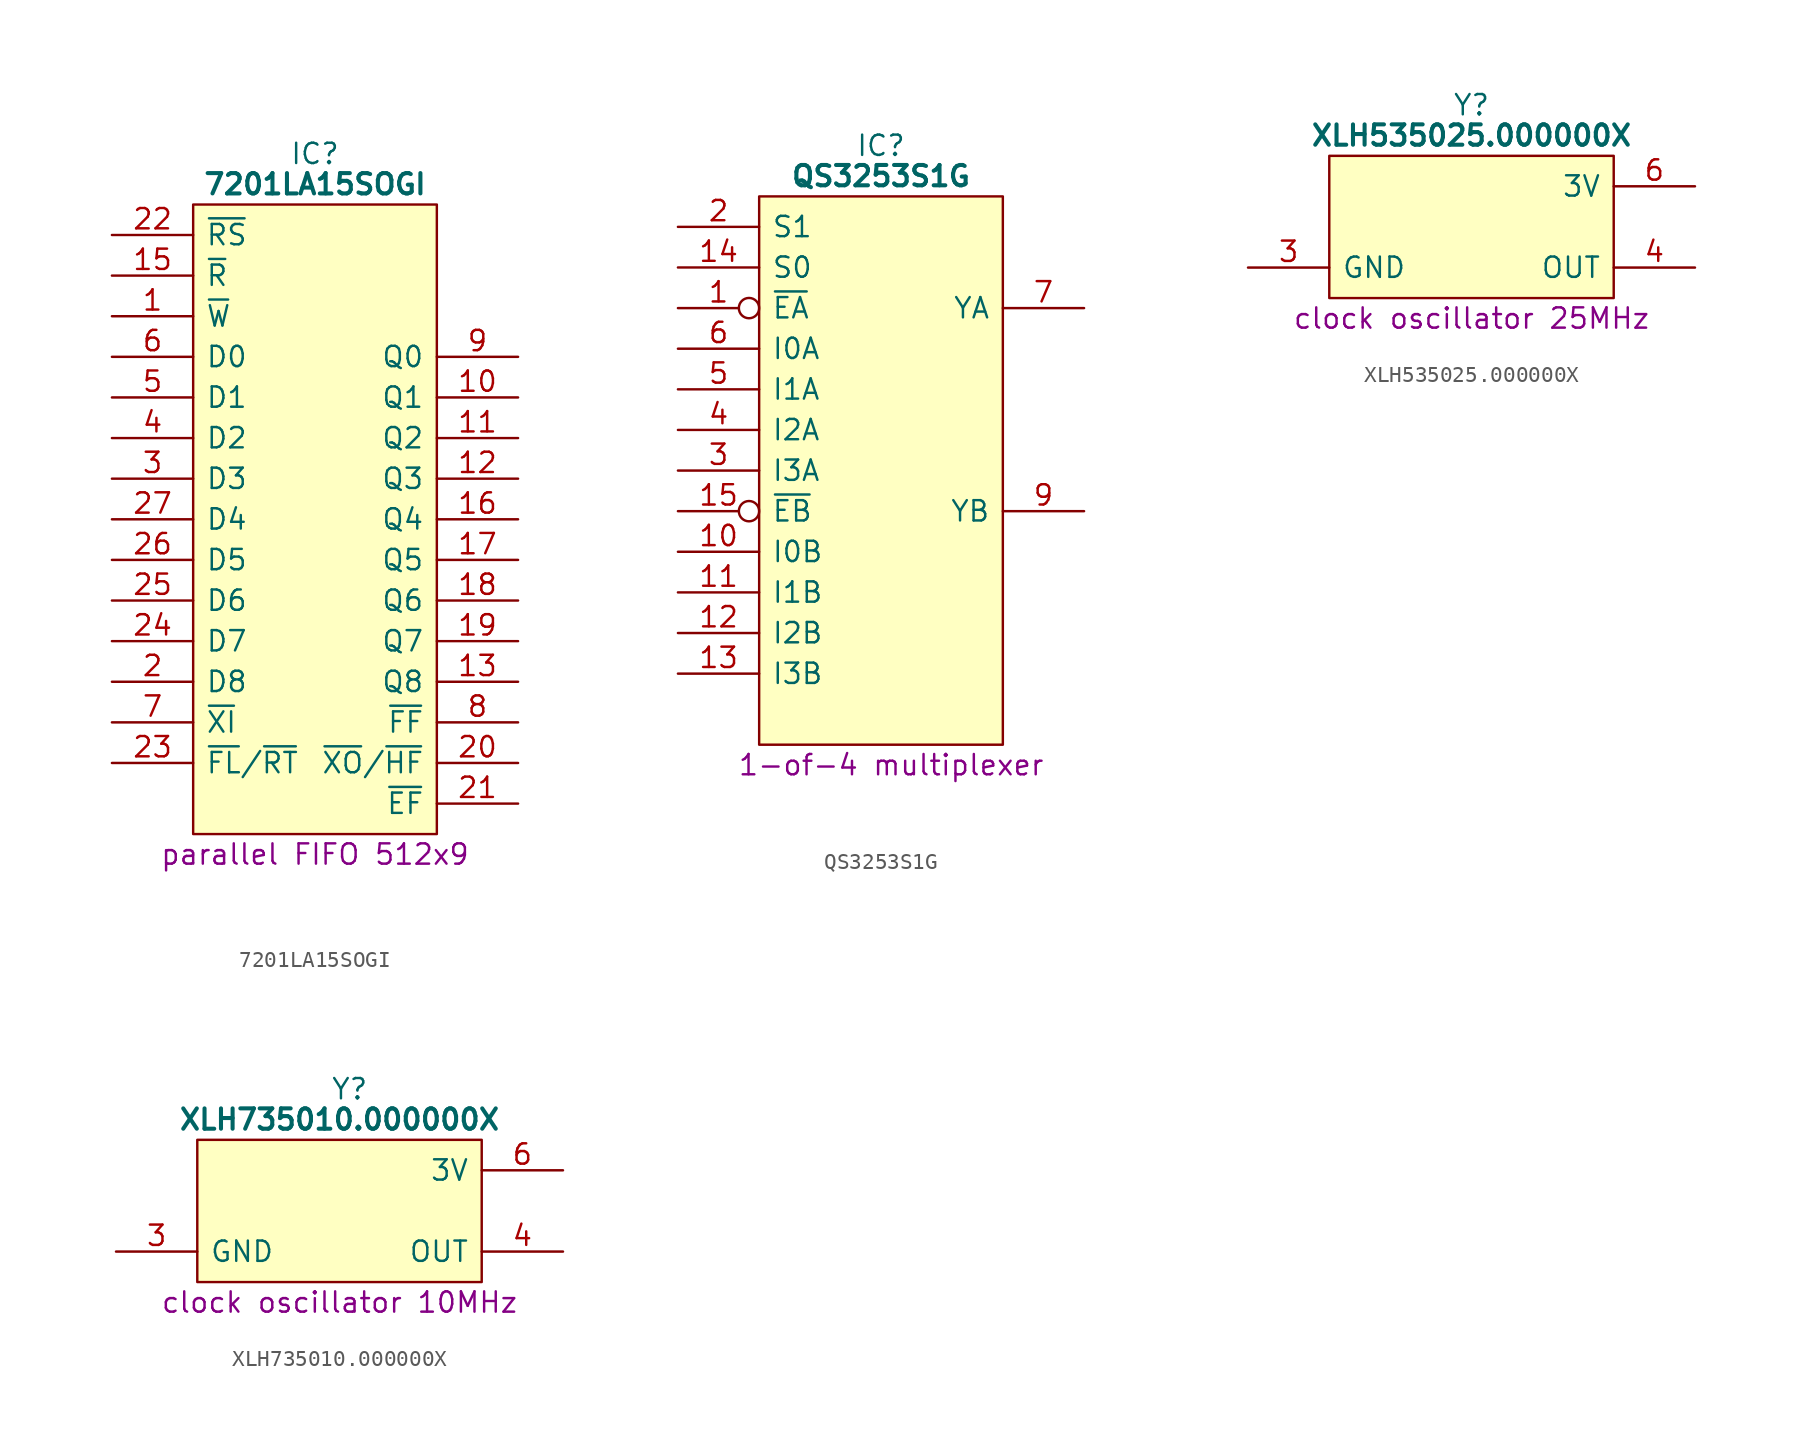
<source format=kicad_sym>
(kicad_symbol_lib
  (version 20220914)
  (generator kicad_symbol_editor)
  (symbol "7201LA15SOGI"
    (pin_names
      (offset 0.762))
    (property "Reference" "IC"
      (at 12.7 5.08 0)
      (effects (font (size 1.27 1.27))))
    (property "Value" "7201LA15SOGI"
      (at 12.7 3.175 0)
      (effects (font (size 1.27 1.27) bold)))
    (property "Description" "parallel FIFO 512x9"
      (at 12.7 -38.735 0)
      (effects (font (size 1.27 1.27))))
    (symbol "7201LA15SOGI_0_0"
      (pin input line (at 0 -5.08 0) (length 5.08) (name "~{W}" (effects (font (size 1.27 1.27)))) (number "1" (effects (font (size 1.27 1.27)))))
      (pin output line (at 25.4 -10.16 180) (length 5.08) (name "Q1" (effects (font (size 1.27 1.27)))) (number "10" (effects (font (size 1.27 1.27)))))
      (pin output line (at 25.4 -12.7 180) (length 5.08) (name "Q2" (effects (font (size 1.27 1.27)))) (number "11" (effects (font (size 1.27 1.27)))))
      (pin output line (at 25.4 -15.24 180) (length 5.08) (name "Q3" (effects (font (size 1.27 1.27)))) (number "12" (effects (font (size 1.27 1.27)))))
      (pin output line (at 25.4 -27.94 180) (length 5.08) (name "Q8" (effects (font (size 1.27 1.27)))) (number "13" (effects (font (size 1.27 1.27)))))
      (pin passive line (at 0 -35.56 0) (length 5.08) hide (name "GND" (effects (font (size 1.27 1.27)))) (number "14" (effects (font (size 1.27 1.27)))))
      (pin input line (at 0 -2.54 0) (length 5.08) (name "~{R}" (effects (font (size 1.27 1.27)))) (number "15" (effects (font (size 1.27 1.27)))))
      (pin output line (at 25.4 -17.78 180) (length 5.08) (name "Q4" (effects (font (size 1.27 1.27)))) (number "16" (effects (font (size 1.27 1.27)))))
      (pin output line (at 25.4 -20.32 180) (length 5.08) (name "Q5" (effects (font (size 1.27 1.27)))) (number "17" (effects (font (size 1.27 1.27)))))
      (pin output line (at 25.4 -22.86 180) (length 5.08) (name "Q6" (effects (font (size 1.27 1.27)))) (number "18" (effects (font (size 1.27 1.27)))))
      (pin output line (at 25.4 -25.4 180) (length 5.08) (name "Q7" (effects (font (size 1.27 1.27)))) (number "19" (effects (font (size 1.27 1.27)))))
      (pin input line (at 0 -27.94 0) (length 5.08) (name "D8" (effects (font (size 1.27 1.27)))) (number "2" (effects (font (size 1.27 1.27)))))
      (pin output line (at 25.4 -33.02 180) (length 5.08) (name "~{XO}/~{HF}" (effects (font (size 1.27 1.27)))) (number "20" (effects (font (size 1.27 1.27)))))
      (pin output line (at 25.4 -35.56 180) (length 5.08) (name "~{EF}" (effects (font (size 1.27 1.27)))) (number "21" (effects (font (size 1.27 1.27)))))
      (pin input line (at 0 0 0) (length 5.08) (name "~{RS}" (effects (font (size 1.27 1.27)))) (number "22" (effects (font (size 1.27 1.27)))))
      (pin input line (at 0 -33.02 0) (length 5.08) (name "~{FL}/~{RT}" (effects (font (size 1.27 1.27)))) (number "23" (effects (font (size 1.27 1.27)))))
      (pin input line (at 0 -25.4 0) (length 5.08) (name "D7" (effects (font (size 1.27 1.27)))) (number "24" (effects (font (size 1.27 1.27)))))
      (pin input line (at 0 -22.86 0) (length 5.08) (name "D6" (effects (font (size 1.27 1.27)))) (number "25" (effects (font (size 1.27 1.27)))))
      (pin input line (at 0 -20.32 0) (length 5.08) (name "D5" (effects (font (size 1.27 1.27)))) (number "26" (effects (font (size 1.27 1.27)))))
      (pin input line (at 0 -17.78 0) (length 5.08) (name "D4" (effects (font (size 1.27 1.27)))) (number "27" (effects (font (size 1.27 1.27)))))
      (pin passive line (at 25.4 0 180) (length 5.08) hide (name "5V" (effects (font (size 1.27 1.27)))) (number "28" (effects (font (size 1.27 1.27)))))
      (pin input line (at 0 -15.24 0) (length 5.08) (name "D3" (effects (font (size 1.27 1.27)))) (number "3" (effects (font (size 1.27 1.27)))))
      (pin input line (at 0 -12.7 0) (length 5.08) (name "D2" (effects (font (size 1.27 1.27)))) (number "4" (effects (font (size 1.27 1.27)))))
      (pin input line (at 0 -10.16 0) (length 5.08) (name "D1" (effects (font (size 1.27 1.27)))) (number "5" (effects (font (size 1.27 1.27)))))
      (pin input line (at 0 -7.62 0) (length 5.08) (name "D0" (effects (font (size 1.27 1.27)))) (number "6" (effects (font (size 1.27 1.27)))))
      (pin input line (at 0 -30.48 0) (length 5.08) (name "~{XI}" (effects (font (size 1.27 1.27)))) (number "7" (effects (font (size 1.27 1.27)))))
      (pin output line (at 25.4 -30.48 180) (length 5.08) (name "~{FF}" (effects (font (size 1.27 1.27)))) (number "8" (effects (font (size 1.27 1.27)))))
      (pin output line (at 25.4 -7.62 180) (length 5.08) (name "Q0" (effects (font (size 1.27 1.27)))) (number "9" (effects (font (size 1.27 1.27))))))
    (symbol "7201LA15SOGI_0_1"
      (polyline (pts (xy 5.08 1.905) (xy 20.32 1.905) (xy 20.32 -37.465) (xy 5.08 -37.465) (xy 5.08 1.905)) (stroke (width 0.152) (type default)) (fill (type background)))))
  (symbol "QS3253S1G"
    (pin_names
      (offset 0.762))
    (property "Reference" "IC"
      (at 12.7 5.08 0)
      (effects (font (size 1.27 1.27))))
    (property "Value" "QS3253S1G"
      (at 12.7 3.175 0)
      (effects (font (size 1.27 1.27) bold)))
    (property "Description" "1-of-4 multiplexer"
      (at 13.335 -33.655 0)
      (effects (font (size 1.27 1.27))))
    (symbol "QS3253S1G_0_0"
      (pin input line (at 0 -20.32 0) (length 5.08) (name "I0B" (effects (font (size 1.27 1.27)))) (number "10" (effects (font (size 1.27 1.27)))))
      (pin input line (at 0 -22.86 0) (length 5.08) (name "I1B" (effects (font (size 1.27 1.27)))) (number "11" (effects (font (size 1.27 1.27)))))
      (pin input line (at 0 -25.4 0) (length 5.08) (name "I2B" (effects (font (size 1.27 1.27)))) (number "12" (effects (font (size 1.27 1.27)))))
      (pin input line (at 0 -27.94 0) (length 5.08) (name "I3B" (effects (font (size 1.27 1.27)))) (number "13" (effects (font (size 1.27 1.27)))))
      (pin input line (at 0 -2.54 0) (length 5.08) (name "S0" (effects (font (size 1.27 1.27)))) (number "14" (effects (font (size 1.27 1.27)))))
      (pin input line (at 0 0 0) (length 5.08) (name "S1" (effects (font (size 1.27 1.27)))) (number "2" (effects (font (size 1.27 1.27)))))
      (pin input line (at 0 -15.24 0) (length 5.08) (name "I3A" (effects (font (size 1.27 1.27)))) (number "3" (effects (font (size 1.27 1.27)))))
      (pin input line (at 0 -12.7 0) (length 5.08) (name "I2A" (effects (font (size 1.27 1.27)))) (number "4" (effects (font (size 1.27 1.27)))))
      (pin input line (at 0 -10.16 0) (length 5.08) (name "I1A" (effects (font (size 1.27 1.27)))) (number "5" (effects (font (size 1.27 1.27)))))
      (pin input line (at 0 -7.62 0) (length 5.08) (name "I0A" (effects (font (size 1.27 1.27)))) (number "6" (effects (font (size 1.27 1.27)))))
      (pin output line (at 25.4 -5.08 180) (length 5.08) (name "YA" (effects (font (size 1.27 1.27)))) (number "7" (effects (font (size 1.27 1.27)))))
      (pin output line (at 25.4 -17.78 180) (length 5.08) (name "YB" (effects (font (size 1.27 1.27)))) (number "9" (effects (font (size 1.27 1.27))))))
    (symbol "QS3253S1G_0_1"
      (polyline (pts (xy 5.08 1.905) (xy 20.32 1.905) (xy 20.32 -32.385) (xy 5.08 -32.385) (xy 5.08 1.905)) (stroke (width 0.152) (type default)) (fill (type background))))
    (symbol "QS3253S1G_1_0"
      (pin input inverted (at 0 -5.08 0) (length 5.08) (name "~{EA}" (effects (font (size 1.27 1.27)))) (number "1" (effects (font (size 1.27 1.27)))))
      (pin input inverted (at 0 -17.78 0) (length 5.08) (name "~{EB}" (effects (font (size 1.27 1.27)))) (number "15" (effects (font (size 1.27 1.27)))))
      (pin passive line (at 25.4 0 180) (length 5.08) hide (name "5V" (effects (font (size 1.27 1.27)))) (number "16" (effects (font (size 1.27 1.27)))))
      (pin passive line (at 0 -30.48 0) (length 5.08) hide (name "GND" (effects (font (size 1.27 1.27)))) (number "8" (effects (font (size 1.27 1.27)))))))
  (symbol "XLH535025.000000X"
    (pin_names
      (offset 0.762))
    (property "Reference" "Y"
      (at 13.97 5.08 0)
      (effects (font (size 1.27 1.27))))
    (property "Value" "XLH535025.000000X"
      (at 13.97 3.175 0)
      (effects (font (size 1.27 1.27) bold)))
    (property "Description" "clock oscillator 25MHz"
      (at 13.97 -8.255 0)
      (effects (font (size 1.27 1.27))))
    (symbol "XLH535025.000000X_0_0"
      (pin no_connect line (at 0 0 0) (length 5.08) hide (name "E/D" (effects (font (size 1.27 1.27)))) (number "1" (effects (font (size 1.27 1.27)))))
      (pin no_connect line (at 0 -2.54 0) (length 5.08) hide (name "NC" (effects (font (size 1.27 1.27)))) (number "2" (effects (font (size 1.27 1.27)))))
      (pin output line (at 27.94 -5.08 180) (length 5.08) (name "OUT" (effects (font (size 1.27 1.27)))) (number "4" (effects (font (size 1.27 1.27)))))
      (pin no_connect line (at 27.94 -2.54 180) (length 5.08) hide (name "OUT2" (effects (font (size 1.27 1.27)))) (number "5" (effects (font (size 1.27 1.27))))))
    (symbol "XLH535025.000000X_0_1"
      (polyline (pts (xy 5.08 1.905) (xy 22.86 1.905) (xy 22.86 -6.985) (xy 5.08 -6.985) (xy 5.08 1.905)) (stroke (width 0.152) (type default)) (fill (type background))))
    (symbol "XLH535025.000000X_1_0"
      (pin passive line (at 0 -5.08 0) (length 5.08) (name "GND" (effects (font (size 1.27 1.27)))) (number "3" (effects (font (size 1.27 1.27)))))
      (pin passive line (at 27.94 0 180) (length 5.08) (name "3V" (effects (font (size 1.27 1.27)))) (number "6" (effects (font (size 1.27 1.27)))))))
  (symbol "XLH735010.000000X"
    (pin_names
      (offset 0.762))
    (property "Reference" "Y"
      (at 14.605 5.08 0)
      (effects (font (size 1.27 1.27))))
    (property "Value" "XLH735010.000000X"
      (at 13.97 3.175 0)
      (effects (font (size 1.27 1.27) bold)))
    (property "Description" "clock oscillator 10MHz"
      (at 13.97 -8.255 0)
      (effects (font (size 1.27 1.27))))
    (symbol "XLH735010.000000X_0_0"
      (pin no_connect line (at 0 0 0) (length 5.08) hide (name "E/D" (effects (font (size 1.27 1.27)))) (number "1" (effects (font (size 1.27 1.27)))))
      (pin no_connect line (at 0 -2.54 0) (length 5.08) hide (name "NC" (effects (font (size 1.27 1.27)))) (number "2" (effects (font (size 1.27 1.27)))))
      (pin output line (at 27.94 -5.08 180) (length 5.08) (name "OUT" (effects (font (size 1.27 1.27)))) (number "4" (effects (font (size 1.27 1.27)))))
      (pin no_connect line (at 27.94 -2.54 180) (length 5.08) hide (name "OUT2" (effects (font (size 1.27 1.27)))) (number "5" (effects (font (size 1.27 1.27))))))
    (symbol "XLH735010.000000X_0_1"
      (polyline (pts (xy 5.08 1.905) (xy 22.86 1.905) (xy 22.86 -6.985) (xy 5.08 -6.985) (xy 5.08 1.905)) (stroke (width 0.152) (type default)) (fill (type background))))
    (symbol "XLH735010.000000X_1_0"
      (pin passive line (at 0 -5.08 0) (length 5.08) (name "GND" (effects (font (size 1.27 1.27)))) (number "3" (effects (font (size 1.27 1.27)))))
      (pin passive line (at 27.94 0 180) (length 5.08) (name "3V" (effects (font (size 1.27 1.27)))) (number "6" (effects (font (size 1.27 1.27))))))))
</source>
